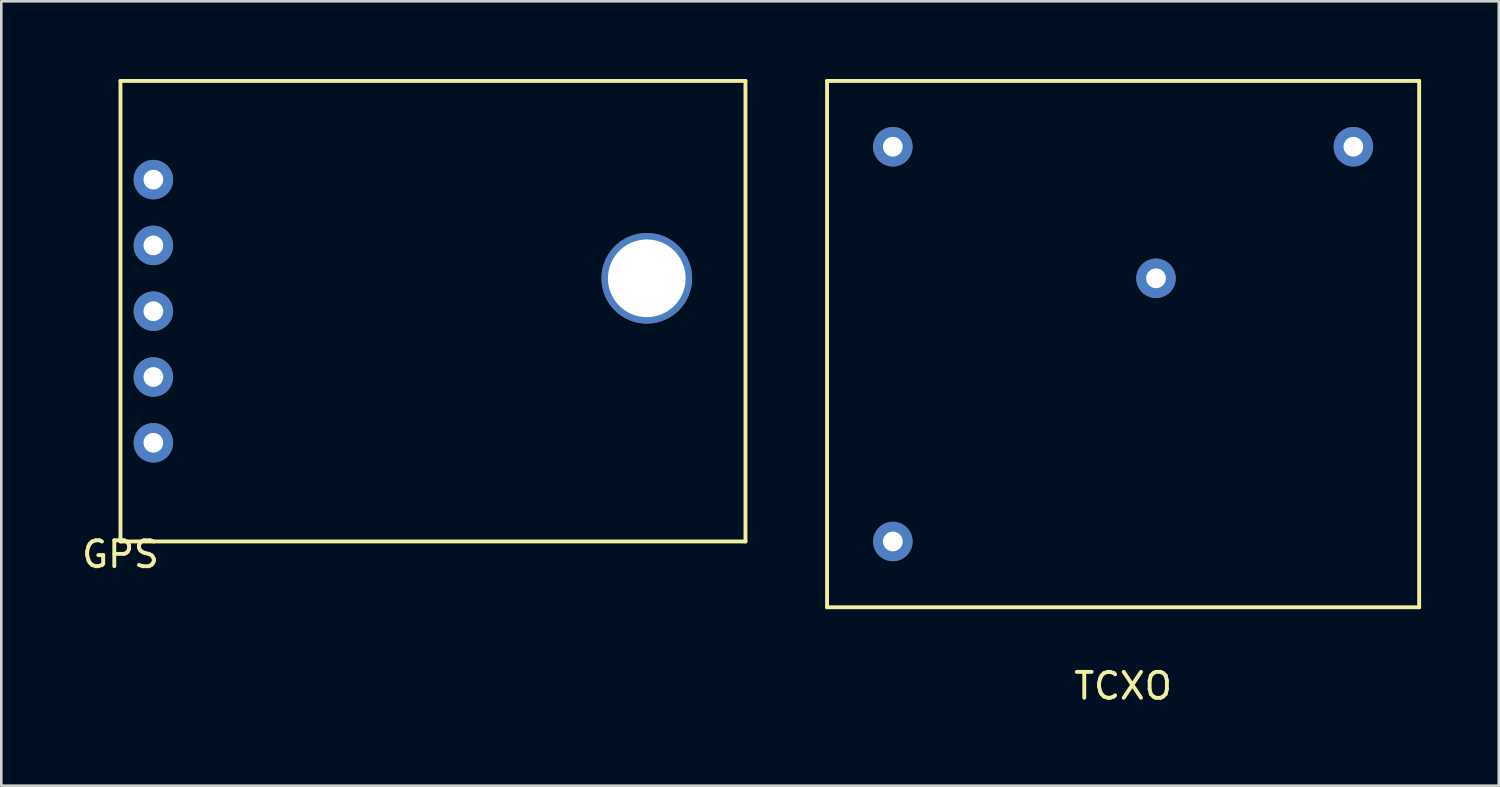
<source format=kicad_pcb>
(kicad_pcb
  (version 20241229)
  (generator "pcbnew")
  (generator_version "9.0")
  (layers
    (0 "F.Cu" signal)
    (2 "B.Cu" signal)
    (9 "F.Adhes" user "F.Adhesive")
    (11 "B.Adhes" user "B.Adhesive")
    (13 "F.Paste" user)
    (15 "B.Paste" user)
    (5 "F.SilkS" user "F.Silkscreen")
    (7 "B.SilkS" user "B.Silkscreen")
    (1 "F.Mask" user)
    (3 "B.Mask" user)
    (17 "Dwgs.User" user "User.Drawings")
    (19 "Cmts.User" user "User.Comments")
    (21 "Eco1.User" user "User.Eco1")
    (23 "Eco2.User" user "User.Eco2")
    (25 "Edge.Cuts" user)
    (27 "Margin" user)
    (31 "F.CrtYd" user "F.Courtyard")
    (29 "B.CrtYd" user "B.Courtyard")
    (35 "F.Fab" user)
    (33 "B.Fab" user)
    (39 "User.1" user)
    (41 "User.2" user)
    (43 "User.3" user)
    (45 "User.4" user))
  (footprint "GPS"
    (layer "F.Cu")
    (at 1.601 17.855)
    (property "Reference" "GPS" (at 0 0.5 0) (layer "F.SilkS") (effects (font (size 1 1) (thickness 0.15))))
    (attr through_hole)
    (fp_line (start 0 -17.78) (end 24.13 -17.78) (stroke (width 0.15) (type solid)) (layer "F.SilkS"))
    (fp_line (start 0 0) (end 0 -17.78) (stroke (width 0.15) (type solid)) (layer "F.SilkS"))
    (fp_line (start 24.13 -17.78) (end 24.13 0) (stroke (width 0.15) (type solid)) (layer "F.SilkS"))
    (fp_line (start 24.13 0) (end 0 0) (stroke (width 0.15) (type solid)) (layer "F.SilkS"))
    (pad "" thru_hole circle (at 20.32 -10.16) (size 3.5 3.5) (drill 3) (layers "*.Cu" "*.Mask"))
    (pad "1" thru_hole circle (at 1.27 -13.97) (size 1.524 1.524) (drill 0.762) (layers "*.Cu" "*.Mask"))
    (pad "2" thru_hole circle (at 1.27 -11.43) (size 1.524 1.524) (drill 0.762) (layers "*.Cu" "*.Mask"))
    (pad "3" thru_hole circle (at 1.27 -8.89) (size 1.524 1.524) (drill 0.762) (layers "*.Cu" "*.Mask"))
    (pad "4" thru_hole circle (at 1.27 -6.35) (size 1.524 1.524) (drill 0.762) (layers "*.Cu" "*.Mask"))
    (pad "5" thru_hole circle (at 1.27 -3.81) (size 1.524 1.524) (drill 0.762) (layers "*.Cu" "*.Mask")))
  (footprint "TCXO"
    (layer "F.Cu")
    (at 40.311 22.935)
    (property "Reference" "TCXO" (at 0 0.5 0) (layer "F.SilkS") (effects (font (size 1 1) (thickness 0.15))))
    (attr through_hole)
    (fp_line (start -11.43 -22.86) (end 11.43 -22.86) (stroke (width 0.15) (type solid)) (layer "F.SilkS"))
    (fp_line (start -11.43 -2.54) (end -11.43 -22.86) (stroke (width 0.15) (type solid)) (layer "F.SilkS"))
    (fp_line (start 11.43 -22.86) (end 11.43 -2.54) (stroke (width 0.15) (type solid)) (layer "F.SilkS"))
    (fp_line (start 11.43 -2.54) (end -11.43 -2.54) (stroke (width 0.15) (type solid)) (layer "F.SilkS"))
    (pad "1" thru_hole circle (at -8.89 -20.32) (size 1.524 1.524) (drill 0.762) (layers "*.Cu" "*.Mask"))
    (pad "2" thru_hole circle (at 8.89 -20.32) (size 1.524 1.524) (drill 0.762) (layers "*.Cu" "*.Mask"))
    (pad "3" thru_hole circle (at -8.89 -5.08) (size 1.524 1.524) (drill 0.762) (layers "*.Cu" "*.Mask"))
    (pad "4" thru_hole circle (at 1.27 -15.24) (size 1.524 1.524) (drill 0.762) (layers "*.Cu" "*.Mask")))
  (gr_rect
    (start -3 -3)
    (end 54.816 27.283)
    (stroke (width 0.1) (type default))
    (fill no)
    (layer "Edge.Cuts")))
</source>
